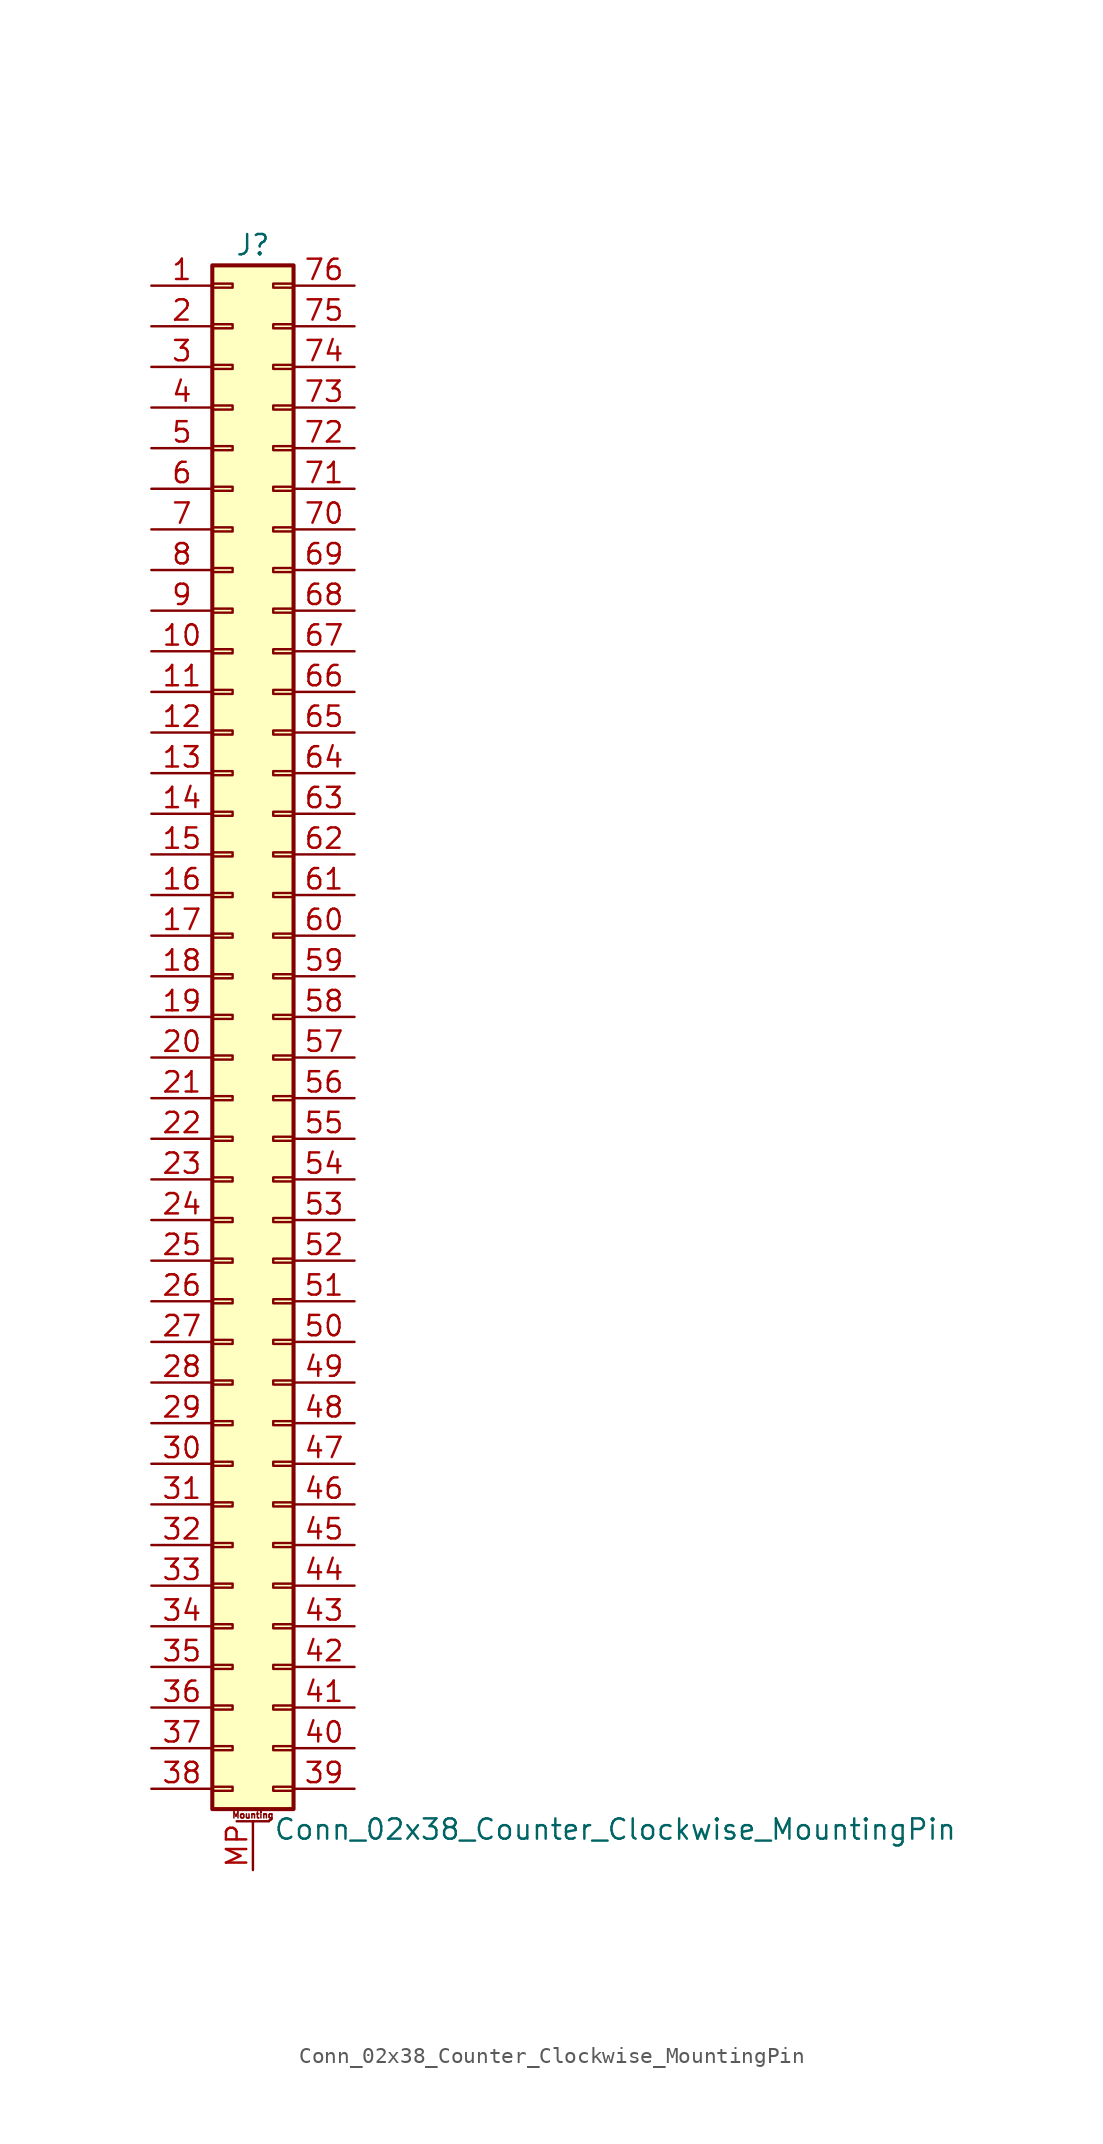
<source format=kicad_sym>
(kicad_symbol_lib
  (version 20201005)
  (generator kicad_symbol_editor)
  (symbol "Conn_02x38_Counter_Clockwise_MountingPin"
    (pin_names
      (offset 1.016) hide)
    (property "Reference" "J"
      (at 1.27 48.26 0)
      (effects (font (size 1.27 1.27))))
    (property "Value" "Conn_02x38_Counter_Clockwise_MountingPin"
      (at 2.54 -50.8 0)
      (effects (font (size 1.27 1.27)) (justify left)))
    (symbol "Conn_02x38_Counter_Clockwise_MountingPin_1_1"
      (text "Mounting" (at 1.27 -49.911 0) (effects (font (size 0.381 0.381))))
      (rectangle (start -1.27 -48.133) (end 0 -48.387) (stroke (width 0.152)) (fill (type none)))
      (rectangle (start -1.27 -45.593) (end 0 -45.847) (stroke (width 0.152)) (fill (type none)))
      (rectangle (start -1.27 -43.053) (end 0 -43.307) (stroke (width 0.152)) (fill (type none)))
      (rectangle (start -1.27 -40.513) (end 0 -40.767) (stroke (width 0.152)) (fill (type none)))
      (rectangle (start -1.27 -37.973) (end 0 -38.227) (stroke (width 0.152)) (fill (type none)))
      (rectangle (start -1.27 -35.433) (end 0 -35.687) (stroke (width 0.152)) (fill (type none)))
      (rectangle (start -1.27 -32.893) (end 0 -33.147) (stroke (width 0.152)) (fill (type none)))
      (rectangle (start -1.27 -30.353) (end 0 -30.607) (stroke (width 0.152)) (fill (type none)))
      (rectangle (start -1.27 -27.813) (end 0 -28.067) (stroke (width 0.152)) (fill (type none)))
      (rectangle (start -1.27 -25.273) (end 0 -25.527) (stroke (width 0.152)) (fill (type none)))
      (rectangle (start -1.27 -22.733) (end 0 -22.987) (stroke (width 0.152)) (fill (type none)))
      (rectangle (start -1.27 -20.193) (end 0 -20.447) (stroke (width 0.152)) (fill (type none)))
      (rectangle (start -1.27 -17.653) (end 0 -17.907) (stroke (width 0.152)) (fill (type none)))
      (rectangle (start -1.27 -15.113) (end 0 -15.367) (stroke (width 0.152)) (fill (type none)))
      (rectangle (start -1.27 -12.573) (end 0 -12.827) (stroke (width 0.152)) (fill (type none)))
      (rectangle (start -1.27 -10.033) (end 0 -10.287) (stroke (width 0.152)) (fill (type none)))
      (rectangle (start -1.27 -7.493) (end 0 -7.747) (stroke (width 0.152)) (fill (type none)))
      (rectangle (start -1.27 -4.953) (end 0 -5.207) (stroke (width 0.152)) (fill (type none)))
      (rectangle (start -1.27 -2.413) (end 0 -2.667) (stroke (width 0.152)) (fill (type none)))
      (rectangle (start -1.27 0.127) (end 0 -0.127) (stroke (width 0.152)) (fill (type none)))
      (rectangle (start -1.27 2.667) (end 0 2.413) (stroke (width 0.152)) (fill (type none)))
      (rectangle (start -1.27 5.207) (end 0 4.953) (stroke (width 0.152)) (fill (type none)))
      (rectangle (start -1.27 7.747) (end 0 7.493) (stroke (width 0.152)) (fill (type none)))
      (rectangle (start -1.27 10.287) (end 0 10.033) (stroke (width 0.152)) (fill (type none)))
      (rectangle (start -1.27 12.827) (end 0 12.573) (stroke (width 0.152)) (fill (type none)))
      (rectangle (start -1.27 15.367) (end 0 15.113) (stroke (width 0.152)) (fill (type none)))
      (rectangle (start -1.27 17.907) (end 0 17.653) (stroke (width 0.152)) (fill (type none)))
      (rectangle (start -1.27 20.447) (end 0 20.193) (stroke (width 0.152)) (fill (type none)))
      (rectangle (start -1.27 22.987) (end 0 22.733) (stroke (width 0.152)) (fill (type none)))
      (rectangle (start -1.27 25.527) (end 0 25.273) (stroke (width 0.152)) (fill (type none)))
      (rectangle (start -1.27 28.067) (end 0 27.813) (stroke (width 0.152)) (fill (type none)))
      (rectangle (start -1.27 30.607) (end 0 30.353) (stroke (width 0.152)) (fill (type none)))
      (rectangle (start -1.27 33.147) (end 0 32.893) (stroke (width 0.152)) (fill (type none)))
      (rectangle (start -1.27 35.687) (end 0 35.433) (stroke (width 0.152)) (fill (type none)))
      (rectangle (start -1.27 38.227) (end 0 37.973) (stroke (width 0.152)) (fill (type none)))
      (rectangle (start -1.27 40.767) (end 0 40.513) (stroke (width 0.152)) (fill (type none)))
      (rectangle (start -1.27 43.307) (end 0 43.053) (stroke (width 0.152)) (fill (type none)))
      (rectangle (start -1.27 45.847) (end 0 45.593) (stroke (width 0.152)) (fill (type none)))
      (rectangle (start 3.81 -48.133) (end 2.54 -48.387) (stroke (width 0.152)) (fill (type none)))
      (rectangle (start 3.81 -45.593) (end 2.54 -45.847) (stroke (width 0.152)) (fill (type none)))
      (rectangle (start 3.81 -43.053) (end 2.54 -43.307) (stroke (width 0.152)) (fill (type none)))
      (rectangle (start 3.81 -40.513) (end 2.54 -40.767) (stroke (width 0.152)) (fill (type none)))
      (rectangle (start 3.81 -37.973) (end 2.54 -38.227) (stroke (width 0.152)) (fill (type none)))
      (rectangle (start 3.81 -35.433) (end 2.54 -35.687) (stroke (width 0.152)) (fill (type none)))
      (rectangle (start 3.81 -32.893) (end 2.54 -33.147) (stroke (width 0.152)) (fill (type none)))
      (rectangle (start 3.81 -30.353) (end 2.54 -30.607) (stroke (width 0.152)) (fill (type none)))
      (rectangle (start 3.81 -27.813) (end 2.54 -28.067) (stroke (width 0.152)) (fill (type none)))
      (rectangle (start 3.81 -25.273) (end 2.54 -25.527) (stroke (width 0.152)) (fill (type none)))
      (rectangle (start 3.81 -22.733) (end 2.54 -22.987) (stroke (width 0.152)) (fill (type none)))
      (rectangle (start 3.81 -20.193) (end 2.54 -20.447) (stroke (width 0.152)) (fill (type none)))
      (rectangle (start 3.81 -17.653) (end 2.54 -17.907) (stroke (width 0.152)) (fill (type none)))
      (rectangle (start 3.81 -15.113) (end 2.54 -15.367) (stroke (width 0.152)) (fill (type none)))
      (rectangle (start 3.81 -12.573) (end 2.54 -12.827) (stroke (width 0.152)) (fill (type none)))
      (rectangle (start 3.81 -10.033) (end 2.54 -10.287) (stroke (width 0.152)) (fill (type none)))
      (rectangle (start 3.81 -7.493) (end 2.54 -7.747) (stroke (width 0.152)) (fill (type none)))
      (rectangle (start 3.81 -4.953) (end 2.54 -5.207) (stroke (width 0.152)) (fill (type none)))
      (rectangle (start 3.81 -2.413) (end 2.54 -2.667) (stroke (width 0.152)) (fill (type none)))
      (rectangle (start 3.81 0.127) (end 2.54 -0.127) (stroke (width 0.152)) (fill (type none)))
      (rectangle (start 3.81 2.667) (end 2.54 2.413) (stroke (width 0.152)) (fill (type none)))
      (rectangle (start 3.81 5.207) (end 2.54 4.953) (stroke (width 0.152)) (fill (type none)))
      (rectangle (start 3.81 7.747) (end 2.54 7.493) (stroke (width 0.152)) (fill (type none)))
      (rectangle (start 3.81 10.287) (end 2.54 10.033) (stroke (width 0.152)) (fill (type none)))
      (rectangle (start 3.81 12.827) (end 2.54 12.573) (stroke (width 0.152)) (fill (type none)))
      (rectangle (start 3.81 15.367) (end 2.54 15.113) (stroke (width 0.152)) (fill (type none)))
      (rectangle (start 3.81 17.907) (end 2.54 17.653) (stroke (width 0.152)) (fill (type none)))
      (rectangle (start 3.81 20.447) (end 2.54 20.193) (stroke (width 0.152)) (fill (type none)))
      (rectangle (start 3.81 22.987) (end 2.54 22.733) (stroke (width 0.152)) (fill (type none)))
      (rectangle (start 3.81 25.527) (end 2.54 25.273) (stroke (width 0.152)) (fill (type none)))
      (rectangle (start 3.81 28.067) (end 2.54 27.813) (stroke (width 0.152)) (fill (type none)))
      (rectangle (start 3.81 30.607) (end 2.54 30.353) (stroke (width 0.152)) (fill (type none)))
      (rectangle (start 3.81 33.147) (end 2.54 32.893) (stroke (width 0.152)) (fill (type none)))
      (rectangle (start 3.81 35.687) (end 2.54 35.433) (stroke (width 0.152)) (fill (type none)))
      (rectangle (start 3.81 38.227) (end 2.54 37.973) (stroke (width 0.152)) (fill (type none)))
      (rectangle (start 3.81 40.767) (end 2.54 40.513) (stroke (width 0.152)) (fill (type none)))
      (rectangle (start 3.81 43.307) (end 2.54 43.053) (stroke (width 0.152)) (fill (type none)))
      (rectangle (start 3.81 45.847) (end 2.54 45.593) (stroke (width 0.152)) (fill (type none)))
      (rectangle (start -1.27 46.99) (end 3.81 -49.53) (stroke (width 0.254)) (fill (type background)))
      (polyline (pts (xy 0.254 -50.292) (xy 2.286 -50.292)) (stroke (width 0.152)) (fill (type none)))
      (pin passive line (at -5.08 45.72 0) (length 3.81) (name "Pin_1" (effects (font (size 1.27 1.27)))) (number "1" (effects (font (size 1.27 1.27)))))
      (pin passive line (at -5.08 22.86 0) (length 3.81) (name "Pin_10" (effects (font (size 1.27 1.27)))) (number "10" (effects (font (size 1.27 1.27)))))
      (pin passive line (at -5.08 20.32 0) (length 3.81) (name "Pin_11" (effects (font (size 1.27 1.27)))) (number "11" (effects (font (size 1.27 1.27)))))
      (pin passive line (at -5.08 17.78 0) (length 3.81) (name "Pin_12" (effects (font (size 1.27 1.27)))) (number "12" (effects (font (size 1.27 1.27)))))
      (pin passive line (at -5.08 15.24 0) (length 3.81) (name "Pin_13" (effects (font (size 1.27 1.27)))) (number "13" (effects (font (size 1.27 1.27)))))
      (pin passive line (at -5.08 12.7 0) (length 3.81) (name "Pin_14" (effects (font (size 1.27 1.27)))) (number "14" (effects (font (size 1.27 1.27)))))
      (pin passive line (at -5.08 10.16 0) (length 3.81) (name "Pin_15" (effects (font (size 1.27 1.27)))) (number "15" (effects (font (size 1.27 1.27)))))
      (pin passive line (at -5.08 7.62 0) (length 3.81) (name "Pin_16" (effects (font (size 1.27 1.27)))) (number "16" (effects (font (size 1.27 1.27)))))
      (pin passive line (at -5.08 5.08 0) (length 3.81) (name "Pin_17" (effects (font (size 1.27 1.27)))) (number "17" (effects (font (size 1.27 1.27)))))
      (pin passive line (at -5.08 2.54 0) (length 3.81) (name "Pin_18" (effects (font (size 1.27 1.27)))) (number "18" (effects (font (size 1.27 1.27)))))
      (pin passive line (at -5.08 0 0) (length 3.81) (name "Pin_19" (effects (font (size 1.27 1.27)))) (number "19" (effects (font (size 1.27 1.27)))))
      (pin passive line (at -5.08 43.18 0) (length 3.81) (name "Pin_2" (effects (font (size 1.27 1.27)))) (number "2" (effects (font (size 1.27 1.27)))))
      (pin passive line (at -5.08 -2.54 0) (length 3.81) (name "Pin_20" (effects (font (size 1.27 1.27)))) (number "20" (effects (font (size 1.27 1.27)))))
      (pin passive line (at -5.08 -5.08 0) (length 3.81) (name "Pin_21" (effects (font (size 1.27 1.27)))) (number "21" (effects (font (size 1.27 1.27)))))
      (pin passive line (at -5.08 -7.62 0) (length 3.81) (name "Pin_22" (effects (font (size 1.27 1.27)))) (number "22" (effects (font (size 1.27 1.27)))))
      (pin passive line (at -5.08 -10.16 0) (length 3.81) (name "Pin_23" (effects (font (size 1.27 1.27)))) (number "23" (effects (font (size 1.27 1.27)))))
      (pin passive line (at -5.08 -12.7 0) (length 3.81) (name "Pin_24" (effects (font (size 1.27 1.27)))) (number "24" (effects (font (size 1.27 1.27)))))
      (pin passive line (at -5.08 -15.24 0) (length 3.81) (name "Pin_25" (effects (font (size 1.27 1.27)))) (number "25" (effects (font (size 1.27 1.27)))))
      (pin passive line (at -5.08 -17.78 0) (length 3.81) (name "Pin_26" (effects (font (size 1.27 1.27)))) (number "26" (effects (font (size 1.27 1.27)))))
      (pin passive line (at -5.08 -20.32 0) (length 3.81) (name "Pin_27" (effects (font (size 1.27 1.27)))) (number "27" (effects (font (size 1.27 1.27)))))
      (pin passive line (at -5.08 -22.86 0) (length 3.81) (name "Pin_28" (effects (font (size 1.27 1.27)))) (number "28" (effects (font (size 1.27 1.27)))))
      (pin passive line (at -5.08 -25.4 0) (length 3.81) (name "Pin_29" (effects (font (size 1.27 1.27)))) (number "29" (effects (font (size 1.27 1.27)))))
      (pin passive line (at -5.08 40.64 0) (length 3.81) (name "Pin_3" (effects (font (size 1.27 1.27)))) (number "3" (effects (font (size 1.27 1.27)))))
      (pin passive line (at -5.08 -27.94 0) (length 3.81) (name "Pin_30" (effects (font (size 1.27 1.27)))) (number "30" (effects (font (size 1.27 1.27)))))
      (pin passive line (at -5.08 -30.48 0) (length 3.81) (name "Pin_31" (effects (font (size 1.27 1.27)))) (number "31" (effects (font (size 1.27 1.27)))))
      (pin passive line (at -5.08 -33.02 0) (length 3.81) (name "Pin_32" (effects (font (size 1.27 1.27)))) (number "32" (effects (font (size 1.27 1.27)))))
      (pin passive line (at -5.08 -35.56 0) (length 3.81) (name "Pin_33" (effects (font (size 1.27 1.27)))) (number "33" (effects (font (size 1.27 1.27)))))
      (pin passive line (at -5.08 -38.1 0) (length 3.81) (name "Pin_34" (effects (font (size 1.27 1.27)))) (number "34" (effects (font (size 1.27 1.27)))))
      (pin passive line (at -5.08 -40.64 0) (length 3.81) (name "Pin_35" (effects (font (size 1.27 1.27)))) (number "35" (effects (font (size 1.27 1.27)))))
      (pin passive line (at -5.08 -43.18 0) (length 3.81) (name "Pin_36" (effects (font (size 1.27 1.27)))) (number "36" (effects (font (size 1.27 1.27)))))
      (pin passive line (at -5.08 -45.72 0) (length 3.81) (name "Pin_37" (effects (font (size 1.27 1.27)))) (number "37" (effects (font (size 1.27 1.27)))))
      (pin passive line (at -5.08 -48.26 0) (length 3.81) (name "Pin_38" (effects (font (size 1.27 1.27)))) (number "38" (effects (font (size 1.27 1.27)))))
      (pin passive line (at 7.62 -48.26 180) (length 3.81) (name "Pin_39" (effects (font (size 1.27 1.27)))) (number "39" (effects (font (size 1.27 1.27)))))
      (pin passive line (at -5.08 38.1 0) (length 3.81) (name "Pin_4" (effects (font (size 1.27 1.27)))) (number "4" (effects (font (size 1.27 1.27)))))
      (pin passive line (at 7.62 -45.72 180) (length 3.81) (name "Pin_40" (effects (font (size 1.27 1.27)))) (number "40" (effects (font (size 1.27 1.27)))))
      (pin passive line (at 7.62 -43.18 180) (length 3.81) (name "Pin_41" (effects (font (size 1.27 1.27)))) (number "41" (effects (font (size 1.27 1.27)))))
      (pin passive line (at 7.62 -40.64 180) (length 3.81) (name "Pin_42" (effects (font (size 1.27 1.27)))) (number "42" (effects (font (size 1.27 1.27)))))
      (pin passive line (at 7.62 -38.1 180) (length 3.81) (name "Pin_43" (effects (font (size 1.27 1.27)))) (number "43" (effects (font (size 1.27 1.27)))))
      (pin passive line (at 7.62 -35.56 180) (length 3.81) (name "Pin_44" (effects (font (size 1.27 1.27)))) (number "44" (effects (font (size 1.27 1.27)))))
      (pin passive line (at 7.62 -33.02 180) (length 3.81) (name "Pin_45" (effects (font (size 1.27 1.27)))) (number "45" (effects (font (size 1.27 1.27)))))
      (pin passive line (at 7.62 -30.48 180) (length 3.81) (name "Pin_46" (effects (font (size 1.27 1.27)))) (number "46" (effects (font (size 1.27 1.27)))))
      (pin passive line (at 7.62 -27.94 180) (length 3.81) (name "Pin_47" (effects (font (size 1.27 1.27)))) (number "47" (effects (font (size 1.27 1.27)))))
      (pin passive line (at 7.62 -25.4 180) (length 3.81) (name "Pin_48" (effects (font (size 1.27 1.27)))) (number "48" (effects (font (size 1.27 1.27)))))
      (pin passive line (at 7.62 -22.86 180) (length 3.81) (name "Pin_49" (effects (font (size 1.27 1.27)))) (number "49" (effects (font (size 1.27 1.27)))))
      (pin passive line (at -5.08 35.56 0) (length 3.81) (name "Pin_5" (effects (font (size 1.27 1.27)))) (number "5" (effects (font (size 1.27 1.27)))))
      (pin passive line (at 7.62 -20.32 180) (length 3.81) (name "Pin_50" (effects (font (size 1.27 1.27)))) (number "50" (effects (font (size 1.27 1.27)))))
      (pin passive line (at 7.62 -17.78 180) (length 3.81) (name "Pin_51" (effects (font (size 1.27 1.27)))) (number "51" (effects (font (size 1.27 1.27)))))
      (pin passive line (at 7.62 -15.24 180) (length 3.81) (name "Pin_52" (effects (font (size 1.27 1.27)))) (number "52" (effects (font (size 1.27 1.27)))))
      (pin passive line (at 7.62 -12.7 180) (length 3.81) (name "Pin_53" (effects (font (size 1.27 1.27)))) (number "53" (effects (font (size 1.27 1.27)))))
      (pin passive line (at 7.62 -10.16 180) (length 3.81) (name "Pin_54" (effects (font (size 1.27 1.27)))) (number "54" (effects (font (size 1.27 1.27)))))
      (pin passive line (at 7.62 -7.62 180) (length 3.81) (name "Pin_55" (effects (font (size 1.27 1.27)))) (number "55" (effects (font (size 1.27 1.27)))))
      (pin passive line (at 7.62 -5.08 180) (length 3.81) (name "Pin_56" (effects (font (size 1.27 1.27)))) (number "56" (effects (font (size 1.27 1.27)))))
      (pin passive line (at 7.62 -2.54 180) (length 3.81) (name "Pin_57" (effects (font (size 1.27 1.27)))) (number "57" (effects (font (size 1.27 1.27)))))
      (pin passive line (at 7.62 0 180) (length 3.81) (name "Pin_58" (effects (font (size 1.27 1.27)))) (number "58" (effects (font (size 1.27 1.27)))))
      (pin passive line (at 7.62 2.54 180) (length 3.81) (name "Pin_59" (effects (font (size 1.27 1.27)))) (number "59" (effects (font (size 1.27 1.27)))))
      (pin passive line (at -5.08 33.02 0) (length 3.81) (name "Pin_6" (effects (font (size 1.27 1.27)))) (number "6" (effects (font (size 1.27 1.27)))))
      (pin passive line (at 7.62 5.08 180) (length 3.81) (name "Pin_60" (effects (font (size 1.27 1.27)))) (number "60" (effects (font (size 1.27 1.27)))))
      (pin passive line (at 7.62 7.62 180) (length 3.81) (name "Pin_61" (effects (font (size 1.27 1.27)))) (number "61" (effects (font (size 1.27 1.27)))))
      (pin passive line (at 7.62 10.16 180) (length 3.81) (name "Pin_62" (effects (font (size 1.27 1.27)))) (number "62" (effects (font (size 1.27 1.27)))))
      (pin passive line (at 7.62 12.7 180) (length 3.81) (name "Pin_63" (effects (font (size 1.27 1.27)))) (number "63" (effects (font (size 1.27 1.27)))))
      (pin passive line (at 7.62 15.24 180) (length 3.81) (name "Pin_64" (effects (font (size 1.27 1.27)))) (number "64" (effects (font (size 1.27 1.27)))))
      (pin passive line (at 7.62 17.78 180) (length 3.81) (name "Pin_65" (effects (font (size 1.27 1.27)))) (number "65" (effects (font (size 1.27 1.27)))))
      (pin passive line (at 7.62 20.32 180) (length 3.81) (name "Pin_66" (effects (font (size 1.27 1.27)))) (number "66" (effects (font (size 1.27 1.27)))))
      (pin passive line (at 7.62 22.86 180) (length 3.81) (name "Pin_67" (effects (font (size 1.27 1.27)))) (number "67" (effects (font (size 1.27 1.27)))))
      (pin passive line (at 7.62 25.4 180) (length 3.81) (name "Pin_68" (effects (font (size 1.27 1.27)))) (number "68" (effects (font (size 1.27 1.27)))))
      (pin passive line (at 7.62 27.94 180) (length 3.81) (name "Pin_69" (effects (font (size 1.27 1.27)))) (number "69" (effects (font (size 1.27 1.27)))))
      (pin passive line (at -5.08 30.48 0) (length 3.81) (name "Pin_7" (effects (font (size 1.27 1.27)))) (number "7" (effects (font (size 1.27 1.27)))))
      (pin passive line (at 7.62 30.48 180) (length 3.81) (name "Pin_70" (effects (font (size 1.27 1.27)))) (number "70" (effects (font (size 1.27 1.27)))))
      (pin passive line (at 7.62 33.02 180) (length 3.81) (name "Pin_71" (effects (font (size 1.27 1.27)))) (number "71" (effects (font (size 1.27 1.27)))))
      (pin passive line (at 7.62 35.56 180) (length 3.81) (name "Pin_72" (effects (font (size 1.27 1.27)))) (number "72" (effects (font (size 1.27 1.27)))))
      (pin passive line (at 7.62 38.1 180) (length 3.81) (name "Pin_73" (effects (font (size 1.27 1.27)))) (number "73" (effects (font (size 1.27 1.27)))))
      (pin passive line (at 7.62 40.64 180) (length 3.81) (name "Pin_74" (effects (font (size 1.27 1.27)))) (number "74" (effects (font (size 1.27 1.27)))))
      (pin passive line (at 7.62 43.18 180) (length 3.81) (name "Pin_75" (effects (font (size 1.27 1.27)))) (number "75" (effects (font (size 1.27 1.27)))))
      (pin passive line (at 7.62 45.72 180) (length 3.81) (name "Pin_76" (effects (font (size 1.27 1.27)))) (number "76" (effects (font (size 1.27 1.27)))))
      (pin passive line (at -5.08 27.94 0) (length 3.81) (name "Pin_8" (effects (font (size 1.27 1.27)))) (number "8" (effects (font (size 1.27 1.27)))))
      (pin passive line (at -5.08 25.4 0) (length 3.81) (name "Pin_9" (effects (font (size 1.27 1.27)))) (number "9" (effects (font (size 1.27 1.27)))))
      (pin passive line (at 1.27 -53.34 90) (length 3.048) (name "MountPin" (effects (font (size 1.27 1.27)))) (number "MP" (effects (font (size 1.27 1.27))))))))
</source>
